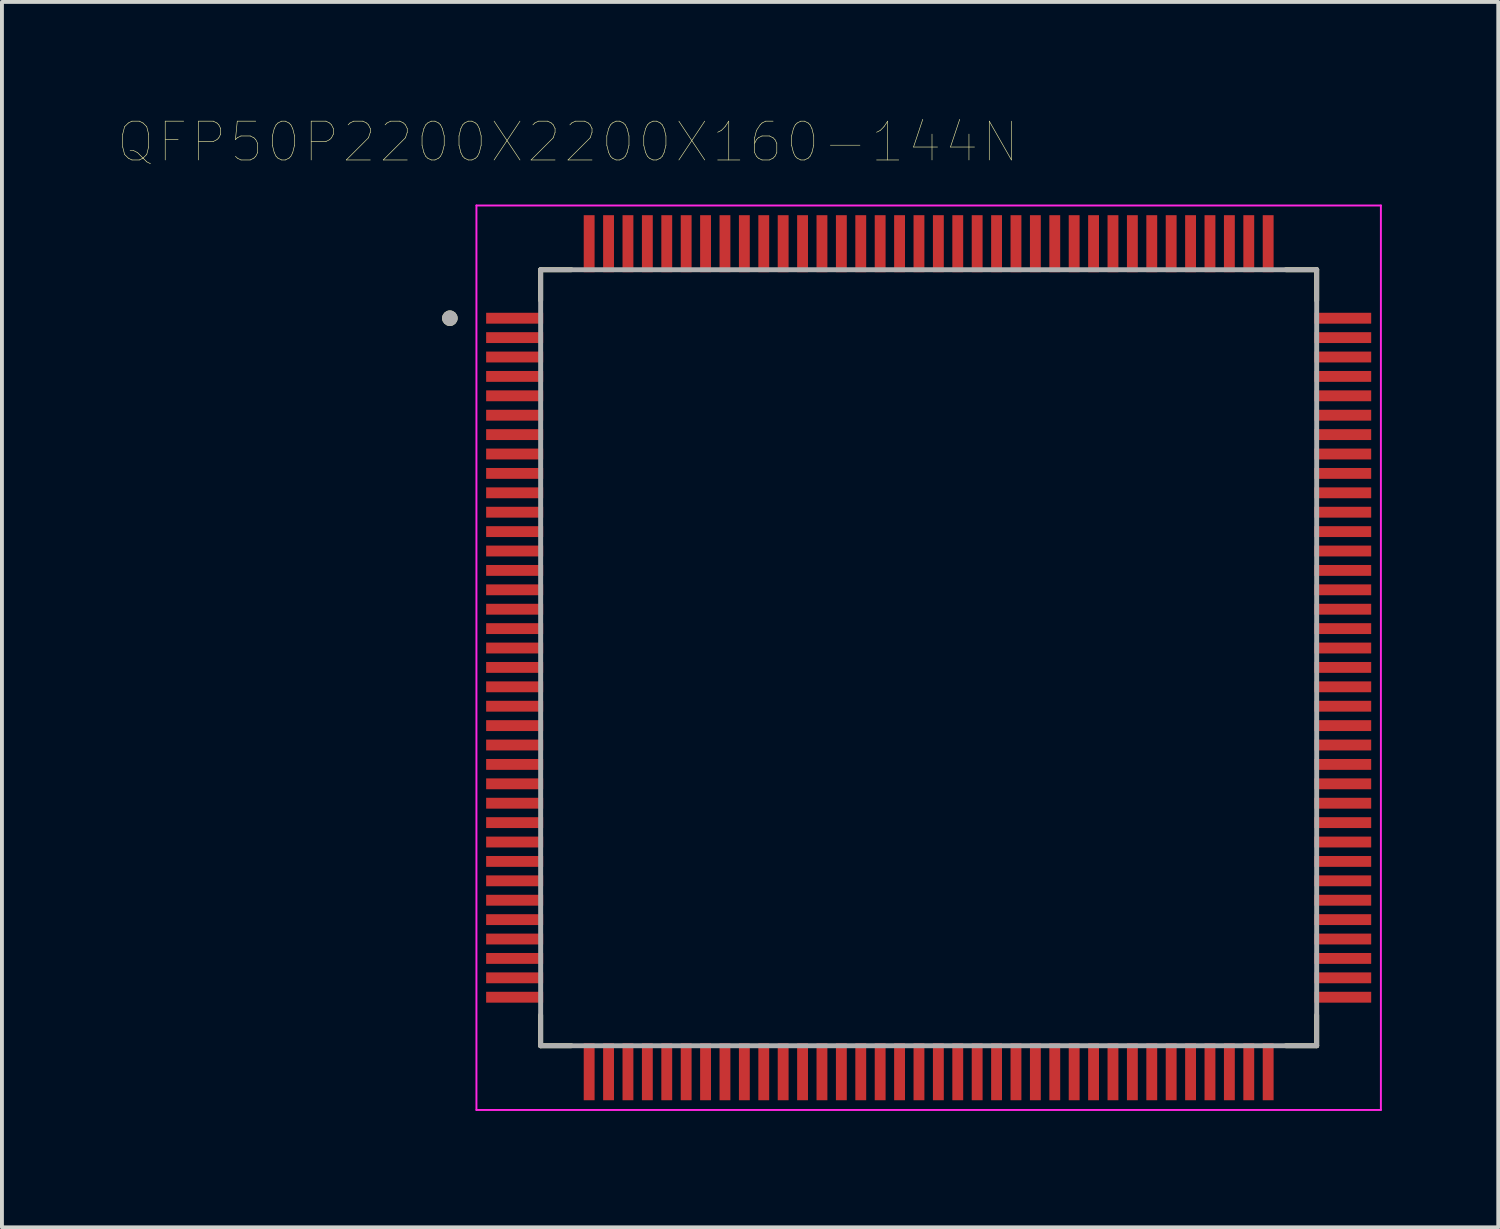
<source format=kicad_pcb>
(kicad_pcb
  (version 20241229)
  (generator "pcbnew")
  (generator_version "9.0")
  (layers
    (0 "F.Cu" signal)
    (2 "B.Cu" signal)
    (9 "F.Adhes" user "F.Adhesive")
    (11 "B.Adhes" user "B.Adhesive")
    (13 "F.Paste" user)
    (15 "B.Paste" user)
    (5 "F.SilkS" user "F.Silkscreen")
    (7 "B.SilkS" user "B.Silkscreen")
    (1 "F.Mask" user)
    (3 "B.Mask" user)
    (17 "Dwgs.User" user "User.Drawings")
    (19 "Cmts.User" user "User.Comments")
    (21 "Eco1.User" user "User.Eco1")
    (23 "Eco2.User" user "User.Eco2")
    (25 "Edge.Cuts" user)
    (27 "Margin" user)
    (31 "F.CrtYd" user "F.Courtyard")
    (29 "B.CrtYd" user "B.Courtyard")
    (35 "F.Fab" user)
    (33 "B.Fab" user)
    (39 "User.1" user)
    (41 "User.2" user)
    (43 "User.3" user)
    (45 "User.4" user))
  (footprint "QFP50P2200X2200X160-144N"
    (layer "F.Cu")
    (at 20.884 13.901)
    (property "Reference" "QFP50P2200X2200X160-144N" (at -9.295 -13.29 0) (layer "F.SilkS") (effects (font (size 1 1) (thickness 0.015))))
    (attr through_hole)
    (fp_line (start -10 -10) (end -10 -9.21) (stroke (width 0.127) (type solid)) (layer "F.SilkS"))
    (fp_line (start -10 -10) (end -9.21 -10) (stroke (width 0.127) (type solid)) (layer "F.SilkS"))
    (fp_line (start -10 10) (end -10 9.21) (stroke (width 0.127) (type solid)) (layer "F.SilkS"))
    (fp_line (start -10 10) (end -9.21 10) (stroke (width 0.127) (type solid)) (layer "F.SilkS"))
    (fp_line (start 10 -10) (end 9.21 -10) (stroke (width 0.127) (type solid)) (layer "F.SilkS"))
    (fp_line (start 10 -10) (end 10 -9.21) (stroke (width 0.127) (type solid)) (layer "F.SilkS"))
    (fp_line (start 10 10) (end 9.21 10) (stroke (width 0.127) (type solid)) (layer "F.SilkS"))
    (fp_line (start 10 10) (end 10 9.21) (stroke (width 0.127) (type solid)) (layer "F.SilkS"))
    (fp_circle (center -12.34 -8.75) (end -12.24 -8.75) (stroke (width 0.2) (type solid)) (fill no) (layer "F.SilkS"))
    (fp_line (start -11.655 -11.655) (end 11.655 -11.655) (stroke (width 0.05) (type solid)) (layer "F.CrtYd"))
    (fp_line (start -11.655 11.655) (end -11.655 -11.655) (stroke (width 0.05) (type solid)) (layer "F.CrtYd"))
    (fp_line (start -11.655 11.655) (end 11.655 11.655) (stroke (width 0.05) (type solid)) (layer "F.CrtYd"))
    (fp_line (start 11.655 11.655) (end 11.655 -11.655) (stroke (width 0.05) (type solid)) (layer "F.CrtYd"))
    (fp_line (start -10 10) (end -10 -10) (stroke (width 0.127) (type solid)) (layer "F.Fab"))
    (fp_line (start 10 -10) (end -10 -10) (stroke (width 0.127) (type solid)) (layer "F.Fab"))
    (fp_line (start 10 10) (end -10 10) (stroke (width 0.127) (type solid)) (layer "F.Fab"))
    (fp_line (start 10 10) (end 10 -10) (stroke (width 0.127) (type solid)) (layer "F.Fab"))
    (fp_circle (center -12.34 -8.75) (end -12.24 -8.75) (stroke (width 0.2) (type solid)) (fill no) (layer "F.Fab"))
    (pad "1" smd rect (at -10.67 -8.75) (size 1.47 0.28) (layers "F.Cu" "F.Mask" "F.Paste"))
    (pad "2" smd rect (at -10.67 -8.25) (size 1.47 0.28) (layers "F.Cu" "F.Mask" "F.Paste"))
    (pad "3" smd rect (at -10.67 -7.75) (size 1.47 0.28) (layers "F.Cu" "F.Mask" "F.Paste"))
    (pad "4" smd rect (at -10.67 -7.25) (size 1.47 0.28) (layers "F.Cu" "F.Mask" "F.Paste"))
    (pad "5" smd rect (at -10.67 -6.75) (size 1.47 0.28) (layers "F.Cu" "F.Mask" "F.Paste"))
    (pad "6" smd rect (at -10.67 -6.25) (size 1.47 0.28) (layers "F.Cu" "F.Mask" "F.Paste"))
    (pad "7" smd rect (at -10.67 -5.75) (size 1.47 0.28) (layers "F.Cu" "F.Mask" "F.Paste"))
    (pad "8" smd rect (at -10.67 -5.25) (size 1.47 0.28) (layers "F.Cu" "F.Mask" "F.Paste"))
    (pad "9" smd rect (at -10.67 -4.75) (size 1.47 0.28) (layers "F.Cu" "F.Mask" "F.Paste"))
    (pad "10" smd rect (at -10.67 -4.25) (size 1.47 0.28) (layers "F.Cu" "F.Mask" "F.Paste"))
    (pad "11" smd rect (at -10.67 -3.75) (size 1.47 0.28) (layers "F.Cu" "F.Mask" "F.Paste"))
    (pad "12" smd rect (at -10.67 -3.25) (size 1.47 0.28) (layers "F.Cu" "F.Mask" "F.Paste"))
    (pad "13" smd rect (at -10.67 -2.75) (size 1.47 0.28) (layers "F.Cu" "F.Mask" "F.Paste"))
    (pad "14" smd rect (at -10.67 -2.25) (size 1.47 0.28) (layers "F.Cu" "F.Mask" "F.Paste"))
    (pad "15" smd rect (at -10.67 -1.75) (size 1.47 0.28) (layers "F.Cu" "F.Mask" "F.Paste"))
    (pad "16" smd rect (at -10.67 -1.25) (size 1.47 0.28) (layers "F.Cu" "F.Mask" "F.Paste"))
    (pad "17" smd rect (at -10.67 -0.75) (size 1.47 0.28) (layers "F.Cu" "F.Mask" "F.Paste"))
    (pad "18" smd rect (at -10.67 -0.25) (size 1.47 0.28) (layers "F.Cu" "F.Mask" "F.Paste"))
    (pad "19" smd rect (at -10.67 0.25) (size 1.47 0.28) (layers "F.Cu" "F.Mask" "F.Paste"))
    (pad "20" smd rect (at -10.67 0.75) (size 1.47 0.28) (layers "F.Cu" "F.Mask" "F.Paste"))
    (pad "21" smd rect (at -10.67 1.25) (size 1.47 0.28) (layers "F.Cu" "F.Mask" "F.Paste"))
    (pad "22" smd rect (at -10.67 1.75) (size 1.47 0.28) (layers "F.Cu" "F.Mask" "F.Paste"))
    (pad "23" smd rect (at -10.67 2.25) (size 1.47 0.28) (layers "F.Cu" "F.Mask" "F.Paste"))
    (pad "24" smd rect (at -10.67 2.75) (size 1.47 0.28) (layers "F.Cu" "F.Mask" "F.Paste"))
    (pad "25" smd rect (at -10.67 3.25) (size 1.47 0.28) (layers "F.Cu" "F.Mask" "F.Paste"))
    (pad "26" smd rect (at -10.67 3.75) (size 1.47 0.28) (layers "F.Cu" "F.Mask" "F.Paste"))
    (pad "27" smd rect (at -10.67 4.25) (size 1.47 0.28) (layers "F.Cu" "F.Mask" "F.Paste"))
    (pad "28" smd rect (at -10.67 4.75) (size 1.47 0.28) (layers "F.Cu" "F.Mask" "F.Paste"))
    (pad "29" smd rect (at -10.67 5.25) (size 1.47 0.28) (layers "F.Cu" "F.Mask" "F.Paste"))
    (pad "30" smd rect (at -10.67 5.75) (size 1.47 0.28) (layers "F.Cu" "F.Mask" "F.Paste"))
    (pad "31" smd rect (at -10.67 6.25) (size 1.47 0.28) (layers "F.Cu" "F.Mask" "F.Paste"))
    (pad "32" smd rect (at -10.67 6.75) (size 1.47 0.28) (layers "F.Cu" "F.Mask" "F.Paste"))
    (pad "33" smd rect (at -10.67 7.25) (size 1.47 0.28) (layers "F.Cu" "F.Mask" "F.Paste"))
    (pad "34" smd rect (at -10.67 7.75) (size 1.47 0.28) (layers "F.Cu" "F.Mask" "F.Paste"))
    (pad "35" smd rect (at -10.67 8.25) (size 1.47 0.28) (layers "F.Cu" "F.Mask" "F.Paste"))
    (pad "36" smd rect (at -10.67 8.75) (size 1.47 0.28) (layers "F.Cu" "F.Mask" "F.Paste"))
    (pad "37" smd rect (at -8.75 10.67) (size 0.28 1.47) (layers "F.Cu" "F.Mask" "F.Paste"))
    (pad "38" smd rect (at -8.25 10.67) (size 0.28 1.47) (layers "F.Cu" "F.Mask" "F.Paste"))
    (pad "39" smd rect (at -7.75 10.67) (size 0.28 1.47) (layers "F.Cu" "F.Mask" "F.Paste"))
    (pad "40" smd rect (at -7.25 10.67) (size 0.28 1.47) (layers "F.Cu" "F.Mask" "F.Paste"))
    (pad "41" smd rect (at -6.75 10.67) (size 0.28 1.47) (layers "F.Cu" "F.Mask" "F.Paste"))
    (pad "42" smd rect (at -6.25 10.67) (size 0.28 1.47) (layers "F.Cu" "F.Mask" "F.Paste"))
    (pad "43" smd rect (at -5.75 10.67) (size 0.28 1.47) (layers "F.Cu" "F.Mask" "F.Paste"))
    (pad "44" smd rect (at -5.25 10.67) (size 0.28 1.47) (layers "F.Cu" "F.Mask" "F.Paste"))
    (pad "45" smd rect (at -4.75 10.67) (size 0.28 1.47) (layers "F.Cu" "F.Mask" "F.Paste"))
    (pad "46" smd rect (at -4.25 10.67) (size 0.28 1.47) (layers "F.Cu" "F.Mask" "F.Paste"))
    (pad "47" smd rect (at -3.75 10.67) (size 0.28 1.47) (layers "F.Cu" "F.Mask" "F.Paste"))
    (pad "48" smd rect (at -3.25 10.67) (size 0.28 1.47) (layers "F.Cu" "F.Mask" "F.Paste"))
    (pad "49" smd rect (at -2.75 10.67) (size 0.28 1.47) (layers "F.Cu" "F.Mask" "F.Paste"))
    (pad "50" smd rect (at -2.25 10.67) (size 0.28 1.47) (layers "F.Cu" "F.Mask" "F.Paste"))
    (pad "51" smd rect (at -1.75 10.67) (size 0.28 1.47) (layers "F.Cu" "F.Mask" "F.Paste"))
    (pad "52" smd rect (at -1.25 10.67) (size 0.28 1.47) (layers "F.Cu" "F.Mask" "F.Paste"))
    (pad "53" smd rect (at -0.75 10.67) (size 0.28 1.47) (layers "F.Cu" "F.Mask" "F.Paste"))
    (pad "54" smd rect (at -0.25 10.67) (size 0.28 1.47) (layers "F.Cu" "F.Mask" "F.Paste"))
    (pad "55" smd rect (at 0.25 10.67) (size 0.28 1.47) (layers "F.Cu" "F.Mask" "F.Paste"))
    (pad "56" smd rect (at 0.75 10.67) (size 0.28 1.47) (layers "F.Cu" "F.Mask" "F.Paste"))
    (pad "57" smd rect (at 1.25 10.67) (size 0.28 1.47) (layers "F.Cu" "F.Mask" "F.Paste"))
    (pad "58" smd rect (at 1.75 10.67) (size 0.28 1.47) (layers "F.Cu" "F.Mask" "F.Paste"))
    (pad "59" smd rect (at 2.25 10.67) (size 0.28 1.47) (layers "F.Cu" "F.Mask" "F.Paste"))
    (pad "60" smd rect (at 2.75 10.67) (size 0.28 1.47) (layers "F.Cu" "F.Mask" "F.Paste"))
    (pad "61" smd rect (at 3.25 10.67) (size 0.28 1.47) (layers "F.Cu" "F.Mask" "F.Paste"))
    (pad "62" smd rect (at 3.75 10.67) (size 0.28 1.47) (layers "F.Cu" "F.Mask" "F.Paste"))
    (pad "63" smd rect (at 4.25 10.67) (size 0.28 1.47) (layers "F.Cu" "F.Mask" "F.Paste"))
    (pad "64" smd rect (at 4.75 10.67) (size 0.28 1.47) (layers "F.Cu" "F.Mask" "F.Paste"))
    (pad "65" smd rect (at 5.25 10.67) (size 0.28 1.47) (layers "F.Cu" "F.Mask" "F.Paste"))
    (pad "66" smd rect (at 5.75 10.67) (size 0.28 1.47) (layers "F.Cu" "F.Mask" "F.Paste"))
    (pad "67" smd rect (at 6.25 10.67) (size 0.28 1.47) (layers "F.Cu" "F.Mask" "F.Paste"))
    (pad "68" smd rect (at 6.75 10.67) (size 0.28 1.47) (layers "F.Cu" "F.Mask" "F.Paste"))
    (pad "69" smd rect (at 7.25 10.67) (size 0.28 1.47) (layers "F.Cu" "F.Mask" "F.Paste"))
    (pad "70" smd rect (at 7.75 10.67) (size 0.28 1.47) (layers "F.Cu" "F.Mask" "F.Paste"))
    (pad "71" smd rect (at 8.25 10.67) (size 0.28 1.47) (layers "F.Cu" "F.Mask" "F.Paste"))
    (pad "72" smd rect (at 8.75 10.67) (size 0.28 1.47) (layers "F.Cu" "F.Mask" "F.Paste"))
    (pad "73" smd rect (at 10.67 8.75) (size 1.47 0.28) (layers "F.Cu" "F.Mask" "F.Paste"))
    (pad "74" smd rect (at 10.67 8.25) (size 1.47 0.28) (layers "F.Cu" "F.Mask" "F.Paste"))
    (pad "75" smd rect (at 10.67 7.75) (size 1.47 0.28) (layers "F.Cu" "F.Mask" "F.Paste"))
    (pad "76" smd rect (at 10.67 7.25) (size 1.47 0.28) (layers "F.Cu" "F.Mask" "F.Paste"))
    (pad "77" smd rect (at 10.67 6.75) (size 1.47 0.28) (layers "F.Cu" "F.Mask" "F.Paste"))
    (pad "78" smd rect (at 10.67 6.25) (size 1.47 0.28) (layers "F.Cu" "F.Mask" "F.Paste"))
    (pad "79" smd rect (at 10.67 5.75) (size 1.47 0.28) (layers "F.Cu" "F.Mask" "F.Paste"))
    (pad "80" smd rect (at 10.67 5.25) (size 1.47 0.28) (layers "F.Cu" "F.Mask" "F.Paste"))
    (pad "81" smd rect (at 10.67 4.75) (size 1.47 0.28) (layers "F.Cu" "F.Mask" "F.Paste"))
    (pad "82" smd rect (at 10.67 4.25) (size 1.47 0.28) (layers "F.Cu" "F.Mask" "F.Paste"))
    (pad "83" smd rect (at 10.67 3.75) (size 1.47 0.28) (layers "F.Cu" "F.Mask" "F.Paste"))
    (pad "84" smd rect (at 10.67 3.25) (size 1.47 0.28) (layers "F.Cu" "F.Mask" "F.Paste"))
    (pad "85" smd rect (at 10.67 2.75) (size 1.47 0.28) (layers "F.Cu" "F.Mask" "F.Paste"))
    (pad "86" smd rect (at 10.67 2.25) (size 1.47 0.28) (layers "F.Cu" "F.Mask" "F.Paste"))
    (pad "87" smd rect (at 10.67 1.75) (size 1.47 0.28) (layers "F.Cu" "F.Mask" "F.Paste"))
    (pad "88" smd rect (at 10.67 1.25) (size 1.47 0.28) (layers "F.Cu" "F.Mask" "F.Paste"))
    (pad "89" smd rect (at 10.67 0.75) (size 1.47 0.28) (layers "F.Cu" "F.Mask" "F.Paste"))
    (pad "90" smd rect (at 10.67 0.25) (size 1.47 0.28) (layers "F.Cu" "F.Mask" "F.Paste"))
    (pad "91" smd rect (at 10.67 -0.25) (size 1.47 0.28) (layers "F.Cu" "F.Mask" "F.Paste"))
    (pad "92" smd rect (at 10.67 -0.75) (size 1.47 0.28) (layers "F.Cu" "F.Mask" "F.Paste"))
    (pad "93" smd rect (at 10.67 -1.25) (size 1.47 0.28) (layers "F.Cu" "F.Mask" "F.Paste"))
    (pad "94" smd rect (at 10.67 -1.75) (size 1.47 0.28) (layers "F.Cu" "F.Mask" "F.Paste"))
    (pad "95" smd rect (at 10.67 -2.25) (size 1.47 0.28) (layers "F.Cu" "F.Mask" "F.Paste"))
    (pad "96" smd rect (at 10.67 -2.75) (size 1.47 0.28) (layers "F.Cu" "F.Mask" "F.Paste"))
    (pad "97" smd rect (at 10.67 -3.25) (size 1.47 0.28) (layers "F.Cu" "F.Mask" "F.Paste"))
    (pad "98" smd rect (at 10.67 -3.75) (size 1.47 0.28) (layers "F.Cu" "F.Mask" "F.Paste"))
    (pad "99" smd rect (at 10.67 -4.25) (size 1.47 0.28) (layers "F.Cu" "F.Mask" "F.Paste"))
    (pad "100" smd rect (at 10.67 -4.75) (size 1.47 0.28) (layers "F.Cu" "F.Mask" "F.Paste"))
    (pad "101" smd rect (at 10.67 -5.25) (size 1.47 0.28) (layers "F.Cu" "F.Mask" "F.Paste"))
    (pad "102" smd rect (at 10.67 -5.75) (size 1.47 0.28) (layers "F.Cu" "F.Mask" "F.Paste"))
    (pad "103" smd rect (at 10.67 -6.25) (size 1.47 0.28) (layers "F.Cu" "F.Mask" "F.Paste"))
    (pad "104" smd rect (at 10.67 -6.75) (size 1.47 0.28) (layers "F.Cu" "F.Mask" "F.Paste"))
    (pad "105" smd rect (at 10.67 -7.25) (size 1.47 0.28) (layers "F.Cu" "F.Mask" "F.Paste"))
    (pad "106" smd rect (at 10.67 -7.75) (size 1.47 0.28) (layers "F.Cu" "F.Mask" "F.Paste"))
    (pad "107" smd rect (at 10.67 -8.25) (size 1.47 0.28) (layers "F.Cu" "F.Mask" "F.Paste"))
    (pad "108" smd rect (at 10.67 -8.75) (size 1.47 0.28) (layers "F.Cu" "F.Mask" "F.Paste"))
    (pad "109" smd rect (at 8.75 -10.67) (size 0.28 1.47) (layers "F.Cu" "F.Mask" "F.Paste"))
    (pad "110" smd rect (at 8.25 -10.67) (size 0.28 1.47) (layers "F.Cu" "F.Mask" "F.Paste"))
    (pad "111" smd rect (at 7.75 -10.67) (size 0.28 1.47) (layers "F.Cu" "F.Mask" "F.Paste"))
    (pad "112" smd rect (at 7.25 -10.67) (size 0.28 1.47) (layers "F.Cu" "F.Mask" "F.Paste"))
    (pad "113" smd rect (at 6.75 -10.67) (size 0.28 1.47) (layers "F.Cu" "F.Mask" "F.Paste"))
    (pad "114" smd rect (at 6.25 -10.67) (size 0.28 1.47) (layers "F.Cu" "F.Mask" "F.Paste"))
    (pad "115" smd rect (at 5.75 -10.67) (size 0.28 1.47) (layers "F.Cu" "F.Mask" "F.Paste"))
    (pad "116" smd rect (at 5.25 -10.67) (size 0.28 1.47) (layers "F.Cu" "F.Mask" "F.Paste"))
    (pad "117" smd rect (at 4.75 -10.67) (size 0.28 1.47) (layers "F.Cu" "F.Mask" "F.Paste"))
    (pad "118" smd rect (at 4.25 -10.67) (size 0.28 1.47) (layers "F.Cu" "F.Mask" "F.Paste"))
    (pad "119" smd rect (at 3.75 -10.67) (size 0.28 1.47) (layers "F.Cu" "F.Mask" "F.Paste"))
    (pad "120" smd rect (at 3.25 -10.67) (size 0.28 1.47) (layers "F.Cu" "F.Mask" "F.Paste"))
    (pad "121" smd rect (at 2.75 -10.67) (size 0.28 1.47) (layers "F.Cu" "F.Mask" "F.Paste"))
    (pad "122" smd rect (at 2.25 -10.67) (size 0.28 1.47) (layers "F.Cu" "F.Mask" "F.Paste"))
    (pad "123" smd rect (at 1.75 -10.67) (size 0.28 1.47) (layers "F.Cu" "F.Mask" "F.Paste"))
    (pad "124" smd rect (at 1.25 -10.67) (size 0.28 1.47) (layers "F.Cu" "F.Mask" "F.Paste"))
    (pad "125" smd rect (at 0.75 -10.67) (size 0.28 1.47) (layers "F.Cu" "F.Mask" "F.Paste"))
    (pad "126" smd rect (at 0.25 -10.67) (size 0.28 1.47) (layers "F.Cu" "F.Mask" "F.Paste"))
    (pad "127" smd rect (at -0.25 -10.67) (size 0.28 1.47) (layers "F.Cu" "F.Mask" "F.Paste"))
    (pad "128" smd rect (at -0.75 -10.67) (size 0.28 1.47) (layers "F.Cu" "F.Mask" "F.Paste"))
    (pad "129" smd rect (at -1.25 -10.67) (size 0.28 1.47) (layers "F.Cu" "F.Mask" "F.Paste"))
    (pad "130" smd rect (at -1.75 -10.67) (size 0.28 1.47) (layers "F.Cu" "F.Mask" "F.Paste"))
    (pad "131" smd rect (at -2.25 -10.67) (size 0.28 1.47) (layers "F.Cu" "F.Mask" "F.Paste"))
    (pad "132" smd rect (at -2.75 -10.67) (size 0.28 1.47) (layers "F.Cu" "F.Mask" "F.Paste"))
    (pad "133" smd rect (at -3.25 -10.67) (size 0.28 1.47) (layers "F.Cu" "F.Mask" "F.Paste"))
    (pad "134" smd rect (at -3.75 -10.67) (size 0.28 1.47) (layers "F.Cu" "F.Mask" "F.Paste"))
    (pad "135" smd rect (at -4.25 -10.67) (size 0.28 1.47) (layers "F.Cu" "F.Mask" "F.Paste"))
    (pad "136" smd rect (at -4.75 -10.67) (size 0.28 1.47) (layers "F.Cu" "F.Mask" "F.Paste"))
    (pad "137" smd rect (at -5.25 -10.67) (size 0.28 1.47) (layers "F.Cu" "F.Mask" "F.Paste"))
    (pad "138" smd rect (at -5.75 -10.67) (size 0.28 1.47) (layers "F.Cu" "F.Mask" "F.Paste"))
    (pad "139" smd rect (at -6.25 -10.67) (size 0.28 1.47) (layers "F.Cu" "F.Mask" "F.Paste"))
    (pad "140" smd rect (at -6.75 -10.67) (size 0.28 1.47) (layers "F.Cu" "F.Mask" "F.Paste"))
    (pad "141" smd rect (at -7.25 -10.67) (size 0.28 1.47) (layers "F.Cu" "F.Mask" "F.Paste"))
    (pad "142" smd rect (at -7.75 -10.67) (size 0.28 1.47) (layers "F.Cu" "F.Mask" "F.Paste"))
    (pad "143" smd rect (at -8.25 -10.67) (size 0.28 1.47) (layers "F.Cu" "F.Mask" "F.Paste"))
    (pad "144" smd rect (at -8.75 -10.67) (size 0.28 1.47) (layers "F.Cu" "F.Mask" "F.Paste")))
  (gr_rect
    (start -3 -3)
    (end 35.564 28.581)
    (stroke (width 0.1) (type default))
    (fill no)
    (layer "Edge.Cuts")))
</source>
